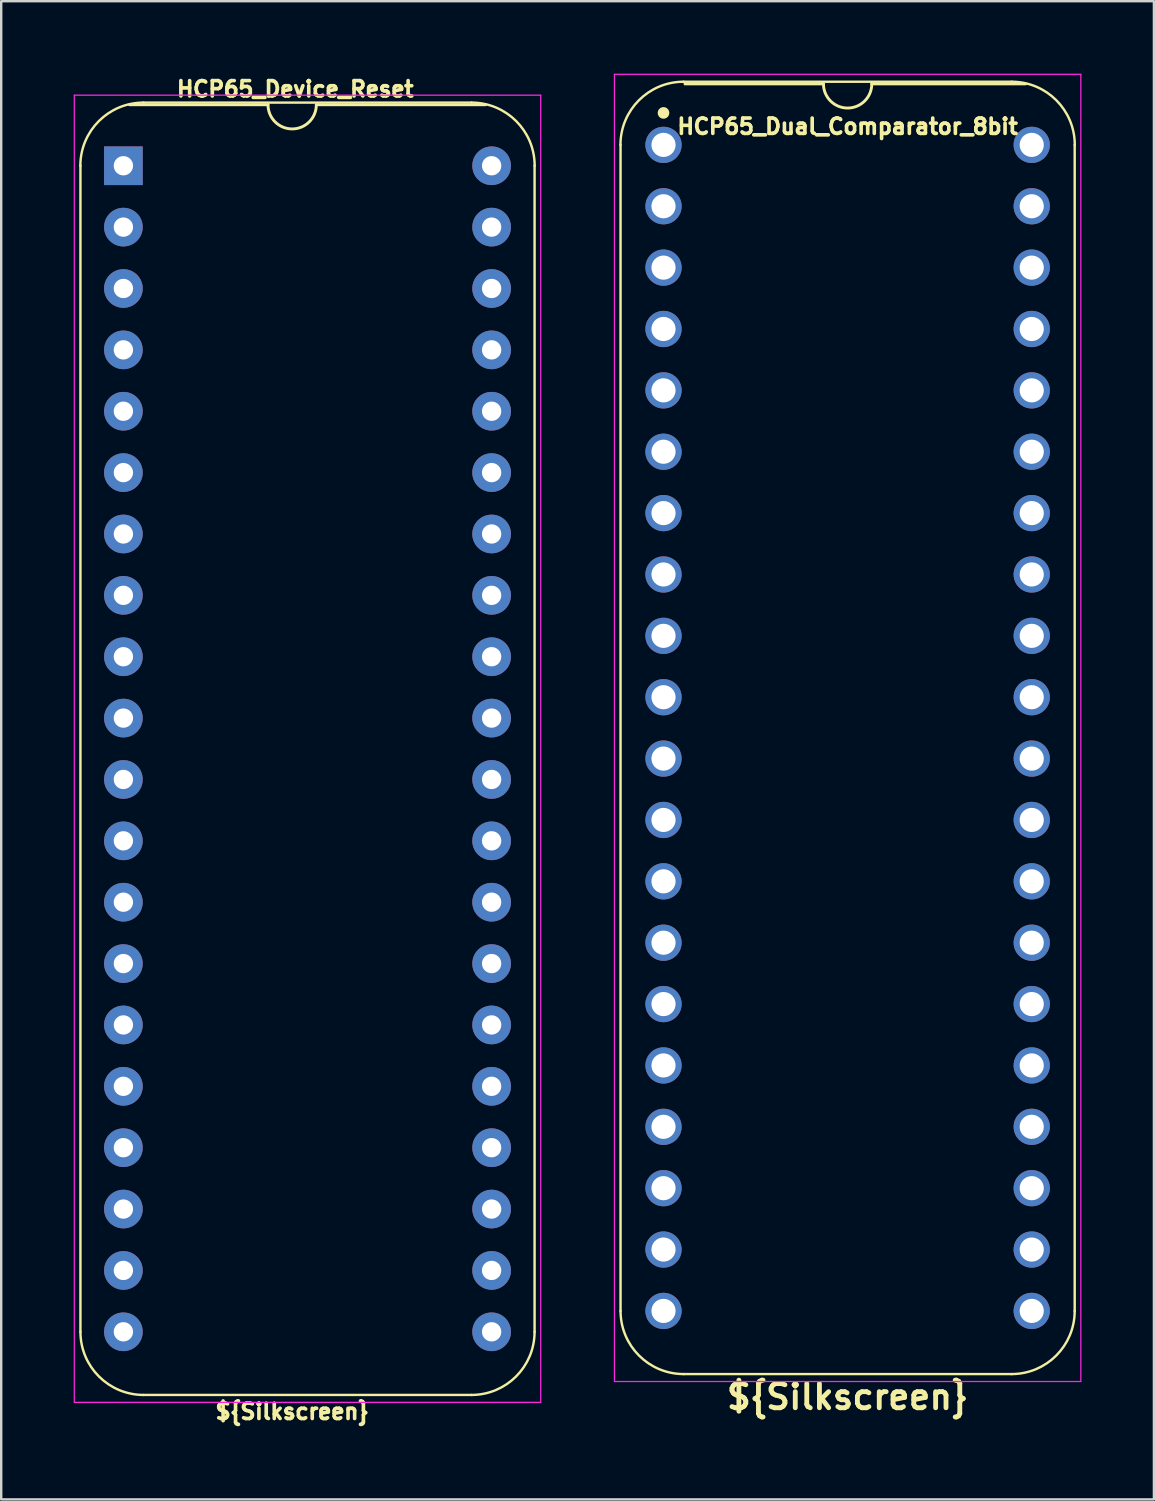
<source format=kicad_pcb>
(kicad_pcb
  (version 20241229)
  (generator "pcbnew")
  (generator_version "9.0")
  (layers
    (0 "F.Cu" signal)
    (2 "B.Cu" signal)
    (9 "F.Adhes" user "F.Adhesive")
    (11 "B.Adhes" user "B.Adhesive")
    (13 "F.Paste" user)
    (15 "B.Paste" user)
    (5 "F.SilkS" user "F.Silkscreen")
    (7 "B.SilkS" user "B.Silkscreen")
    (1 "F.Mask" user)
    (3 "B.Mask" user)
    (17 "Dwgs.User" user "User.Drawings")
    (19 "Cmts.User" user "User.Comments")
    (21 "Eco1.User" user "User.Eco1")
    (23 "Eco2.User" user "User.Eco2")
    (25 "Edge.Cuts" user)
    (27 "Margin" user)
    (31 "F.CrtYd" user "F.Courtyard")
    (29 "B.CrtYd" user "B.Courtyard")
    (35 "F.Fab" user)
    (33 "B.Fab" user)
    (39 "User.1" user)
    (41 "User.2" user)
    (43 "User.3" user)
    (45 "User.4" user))
  (footprint "HCP65_Dual_Comparator_8bit"
    (layer "F.Cu")
    (at 24.411 2.946)
    (property "Reference" "HCP65_Dual_Comparator_8bit" (at 7.62 -0.762 0) (layer "F.SilkS") (effects (font (size 0.635 0.635) (thickness 0.15))))
    (property "Silkscreen" "${Silkscreen}" (at 7.62 51.816 0) (layer "F.SilkS") (effects (font (size 1 1) (thickness 0.2))))
    (attr through_hole)
    (fp_line (start -1.778 48.26) (end -1.778 0) (stroke (width 0.1) (type solid)) (layer "F.SilkS"))
    (fp_line (start 0.832 -2.614) (end 14.408 -2.614) (stroke (width 0.1) (type solid)) (layer "F.SilkS"))
    (fp_line (start 6.62 -2.524) (end 0.889 -2.524) (stroke (width 0.12) (type solid)) (layer "F.SilkS"))
    (fp_line (start 14.404 50.874) (end 0.836 50.874) (stroke (width 0.1) (type solid)) (layer "F.SilkS"))
    (fp_line (start 14.986 -2.524) (end 8.62 -2.524) (stroke (width 0.12) (type solid)) (layer "F.SilkS"))
    (fp_line (start 17.018 48.26) (end 17.018 0) (stroke (width 0.1) (type solid)) (layer "F.SilkS"))
    (fp_arc (start -1.781544 0) (mid -1.016 -1.848188) (end 0.832188 -2.613732) (stroke (width 0.1) (type solid)) (layer "F.SilkS"))
    (fp_arc (start 0.835733 50.873733) (mid -1.012456 50.108189) (end -1.778 48.26) (stroke (width 0.1) (type solid)) (layer "F.SilkS"))
    (fp_arc (start 8.62 -2.524) (mid 7.62 -1.524) (end 6.62 -2.524) (stroke (width 0.12) (type solid)) (layer "F.SilkS"))
    (fp_arc (start 14.407812 -2.613732) (mid 16.256 -1.848188) (end 17.021544 0) (stroke (width 0.1) (type solid)) (layer "F.SilkS"))
    (fp_arc (start 17.018001 48.260001) (mid 16.252456 50.108188) (end 14.404269 50.873733) (stroke (width 0.1) (type solid)) (layer "F.SilkS"))
    (fp_circle (center 0 -1.323) (end 0.18 -1.323) (stroke (width 0.12) (type solid)) (fill yes) (layer "F.SilkS"))
    (fp_line (start -2.032 -2.921) (end -2.032 51.181) (stroke (width 0.05) (type solid)) (layer "F.CrtYd"))
    (fp_line (start -2.032 -2.921) (end 17.272 -2.921) (stroke (width 0.05) (type solid)) (layer "F.CrtYd"))
    (fp_line (start -2.032 51.181) (end 17.272 51.181) (stroke (width 0.05) (type solid)) (layer "F.CrtYd"))
    (fp_line (start 17.272 -2.921) (end 17.272 51.181) (stroke (width 0.05) (type solid)) (layer "F.CrtYd"))
    (pad "1" thru_hole circle (at 0 0) (size 1.5 1.5) (drill 1) (layers "*.Cu" "*.Mask"))
    (pad "2" thru_hole circle (at 0 2.54) (size 1.5 1.5) (drill 1) (layers "*.Cu" "*.Mask"))
    (pad "3" thru_hole circle (at 0 5.08) (size 1.5 1.5) (drill 1) (layers "*.Cu" "*.Mask"))
    (pad "4" thru_hole circle (at 0 7.62) (size 1.5 1.5) (drill 1) (layers "*.Cu" "*.Mask"))
    (pad "5" thru_hole circle (at 0 10.16) (size 1.5 1.5) (drill 1) (layers "*.Cu" "*.Mask"))
    (pad "6" thru_hole circle (at 0 12.7) (size 1.5 1.5) (drill 1) (layers "*.Cu" "*.Mask"))
    (pad "7" thru_hole circle (at 0 15.24) (size 1.5 1.5) (drill 1) (layers "*.Cu" "*.Mask"))
    (pad "8" thru_hole circle (at 0 17.78) (size 1.5 1.5) (drill 1) (layers "*.Cu" "*.Mask"))
    (pad "9" thru_hole circle (at 0 20.32) (size 1.5 1.5) (drill 1) (layers "*.Cu" "*.Mask"))
    (pad "10" thru_hole circle (at 0 22.86) (size 1.5 1.5) (drill 1) (layers "*.Cu" "*.Mask"))
    (pad "11" thru_hole circle (at 0 25.4) (size 1.5 1.5) (drill 1) (layers "*.Cu" "*.Mask"))
    (pad "12" thru_hole circle (at 0 27.94) (size 1.5 1.5) (drill 1) (layers "*.Cu" "*.Mask"))
    (pad "13" thru_hole circle (at 0 30.48) (size 1.5 1.5) (drill 1) (layers "*.Cu" "*.Mask"))
    (pad "14" thru_hole circle (at 0 33.02) (size 1.5 1.5) (drill 1) (layers "*.Cu" "*.Mask"))
    (pad "15" thru_hole circle (at 0 35.56) (size 1.5 1.5) (drill 1) (layers "*.Cu" "*.Mask"))
    (pad "16" thru_hole circle (at 0 38.1) (size 1.5 1.5) (drill 1) (layers "*.Cu" "*.Mask"))
    (pad "17" thru_hole circle (at 0 40.64) (size 1.5 1.5) (drill 1) (layers "*.Cu" "*.Mask"))
    (pad "18" thru_hole circle (at 0 43.18) (size 1.5 1.5) (drill 1) (layers "*.Cu" "*.Mask"))
    (pad "19" thru_hole circle (at 0 45.72) (size 1.5 1.5) (drill 1) (layers "*.Cu" "*.Mask"))
    (pad "20" thru_hole circle (at 0 48.26) (size 1.5 1.5) (drill 1) (layers "*.Cu" "*.Mask"))
    (pad "21" thru_hole circle (at 15.24 48.26) (size 1.5 1.5) (drill 1) (layers "*.Cu" "*.Mask"))
    (pad "22" thru_hole circle (at 15.24 45.72) (size 1.5 1.5) (drill 1) (layers "*.Cu" "*.Mask"))
    (pad "23" thru_hole circle (at 15.24 43.18) (size 1.5 1.5) (drill 1) (layers "*.Cu" "*.Mask"))
    (pad "24" thru_hole circle (at 15.24 40.64) (size 1.5 1.5) (drill 1) (layers "*.Cu" "*.Mask"))
    (pad "25" thru_hole circle (at 15.24 38.1) (size 1.5 1.5) (drill 1) (layers "*.Cu" "*.Mask"))
    (pad "26" thru_hole circle (at 15.24 35.56) (size 1.5 1.5) (drill 1) (layers "*.Cu" "*.Mask"))
    (pad "27" thru_hole circle (at 15.24 33.02) (size 1.5 1.5) (drill 1) (layers "*.Cu" "*.Mask"))
    (pad "28" thru_hole circle (at 15.24 30.48) (size 1.5 1.5) (drill 1) (layers "*.Cu" "*.Mask"))
    (pad "29" thru_hole circle (at 15.24 27.94) (size 1.5 1.5) (drill 1) (layers "*.Cu" "*.Mask"))
    (pad "30" thru_hole circle (at 15.24 25.4) (size 1.5 1.5) (drill 1) (layers "*.Cu" "*.Mask"))
    (pad "31" thru_hole circle (at 15.24 22.86) (size 1.5 1.5) (drill 1) (layers "*.Cu" "*.Mask"))
    (pad "32" thru_hole circle (at 15.24 20.32) (size 1.5 1.5) (drill 1) (layers "*.Cu" "*.Mask"))
    (pad "33" thru_hole circle (at 15.24 17.78) (size 1.5 1.5) (drill 1) (layers "*.Cu" "*.Mask"))
    (pad "34" thru_hole circle (at 15.24 15.24) (size 1.5 1.5) (drill 1) (layers "*.Cu" "*.Mask"))
    (pad "35" thru_hole circle (at 15.24 12.7) (size 1.5 1.5) (drill 1) (layers "*.Cu" "*.Mask"))
    (pad "36" thru_hole circle (at 15.24 10.16) (size 1.5 1.5) (drill 1) (layers "*.Cu" "*.Mask"))
    (pad "37" thru_hole circle (at 15.24 7.62) (size 1.5 1.5) (drill 1) (layers "*.Cu" "*.Mask"))
    (pad "38" thru_hole circle (at 15.24 5.08) (size 1.5 1.5) (drill 1) (layers "*.Cu" "*.Mask"))
    (pad "39" thru_hole circle (at 15.24 2.54) (size 1.5 1.5) (drill 1) (layers "*.Cu" "*.Mask"))
    (pad "40" thru_hole circle (at 15.24 0) (size 1.5 1.5) (drill 1) (layers "*.Cu" "*.Mask")))
  (footprint "HCP65_Device_Reset"
    (layer "F.Cu")
    (at 2.057 3.81)
    (property "Reference" "HCP65_Device_Reset" (at 7.112 -3.175 0) (layer "F.SilkS") (effects (font (size 0.635 0.635) (thickness 0.15))))
    (attr through_hole)
    (fp_line (start -1.778 48.26) (end -1.778 0) (stroke (width 0.1) (type solid)) (layer "F.SilkS"))
    (fp_line (start 0.832 -2.614) (end 14.408 -2.614) (stroke (width 0.1) (type solid)) (layer "F.SilkS"))
    (fp_line (start 5.985 -2.524) (end 0.254 -2.524) (stroke (width 0.12) (type solid)) (layer "F.SilkS"))
    (fp_line (start 14.404 50.874) (end 0.836 50.874) (stroke (width 0.1) (type solid)) (layer "F.SilkS"))
    (fp_line (start 14.986 -2.524) (end 7.985 -2.524) (stroke (width 0.12) (type solid)) (layer "F.SilkS"))
    (fp_line (start 17.018 48.26) (end 17.018 0) (stroke (width 0.1) (type solid)) (layer "F.SilkS"))
    (fp_arc (start -1.781544 0) (mid -1.016 -1.848188) (end 0.832188 -2.613732) (stroke (width 0.1) (type solid)) (layer "F.SilkS"))
    (fp_arc (start 0.835733 50.873733) (mid -1.012456 50.108189) (end -1.778 48.26) (stroke (width 0.1) (type solid)) (layer "F.SilkS"))
    (fp_arc (start 7.985 -2.524) (mid 6.985 -1.524) (end 5.985 -2.524) (stroke (width 0.12) (type solid)) (layer "F.SilkS"))
    (fp_arc (start 14.407812 -2.613732) (mid 16.256 -1.848188) (end 17.021544 0) (stroke (width 0.1) (type solid)) (layer "F.SilkS"))
    (fp_arc (start 17.018001 48.260001) (mid 16.252456 50.108188) (end 14.404269 50.873733) (stroke (width 0.1) (type solid)) (layer "F.SilkS"))
    (fp_line (start -2.032 -2.921) (end -2.032 51.181) (stroke (width 0.05) (type solid)) (layer "F.CrtYd"))
    (fp_line (start -2.032 -2.921) (end 17.272 -2.921) (stroke (width 0.05) (type solid)) (layer "F.CrtYd"))
    (fp_line (start -2.032 51.181) (end 17.272 51.181) (stroke (width 0.05) (type solid)) (layer "F.CrtYd"))
    (fp_line (start 17.272 -2.921) (end 17.272 51.181) (stroke (width 0.05) (type solid)) (layer "F.CrtYd"))
    (fp_text user "${Silkscreen}" (at 6.985 51.562 0) (layer "F.SilkS") (effects (font (size 0.635 0.635) (thickness 0.15))))
    (pad "1" thru_hole rect (at 0 0) (size 1.6 1.6) (drill 0.8) (layers "*.Cu" "*.Mask"))
    (pad "2" thru_hole oval (at 0 2.54) (size 1.6 1.6) (drill 0.8) (layers "*.Cu" "*.Mask"))
    (pad "3" thru_hole oval (at 0 5.08) (size 1.6 1.6) (drill 0.8) (layers "*.Cu" "*.Mask"))
    (pad "4" thru_hole oval (at 0 7.62) (size 1.6 1.6) (drill 0.8) (layers "*.Cu" "*.Mask"))
    (pad "5" thru_hole oval (at 0 10.16) (size 1.6 1.6) (drill 0.8) (layers "*.Cu" "*.Mask"))
    (pad "6" thru_hole oval (at 0 12.7) (size 1.6 1.6) (drill 0.8) (layers "*.Cu" "*.Mask"))
    (pad "7" thru_hole oval (at 0 15.24) (size 1.6 1.6) (drill 0.8) (layers "*.Cu" "*.Mask"))
    (pad "8" thru_hole oval (at 0 17.78) (size 1.6 1.6) (drill 0.8) (layers "*.Cu" "*.Mask"))
    (pad "9" thru_hole oval (at 0 20.32) (size 1.6 1.6) (drill 0.8) (layers "*.Cu" "*.Mask"))
    (pad "10" thru_hole oval (at 0 22.86) (size 1.6 1.6) (drill 0.8) (layers "*.Cu" "*.Mask"))
    (pad "11" thru_hole oval (at 0 25.4) (size 1.6 1.6) (drill 0.8) (layers "*.Cu" "*.Mask"))
    (pad "12" thru_hole oval (at 0 27.94) (size 1.6 1.6) (drill 0.8) (layers "*.Cu" "*.Mask"))
    (pad "13" thru_hole oval (at 0 30.48) (size 1.6 1.6) (drill 0.8) (layers "*.Cu" "*.Mask"))
    (pad "14" thru_hole oval (at 0 33.02) (size 1.6 1.6) (drill 0.8) (layers "*.Cu" "*.Mask"))
    (pad "15" thru_hole oval (at 0 35.56) (size 1.6 1.6) (drill 0.8) (layers "*.Cu" "*.Mask"))
    (pad "16" thru_hole oval (at 0 38.1) (size 1.6 1.6) (drill 0.8) (layers "*.Cu" "*.Mask"))
    (pad "17" thru_hole oval (at 0 40.64) (size 1.6 1.6) (drill 0.8) (layers "*.Cu" "*.Mask"))
    (pad "18" thru_hole oval (at 0 43.18) (size 1.6 1.6) (drill 0.8) (layers "*.Cu" "*.Mask"))
    (pad "19" thru_hole oval (at 0 45.72) (size 1.6 1.6) (drill 0.8) (layers "*.Cu" "*.Mask"))
    (pad "20" thru_hole oval (at 0 48.26) (size 1.6 1.6) (drill 0.8) (layers "*.Cu" "*.Mask"))
    (pad "21" thru_hole oval (at 15.24 48.26) (size 1.6 1.6) (drill 0.8) (layers "*.Cu" "*.Mask"))
    (pad "22" thru_hole oval (at 15.24 45.72) (size 1.6 1.6) (drill 0.8) (layers "*.Cu" "*.Mask"))
    (pad "23" thru_hole oval (at 15.24 43.18) (size 1.6 1.6) (drill 0.8) (layers "*.Cu" "*.Mask"))
    (pad "24" thru_hole oval (at 15.24 40.64) (size 1.6 1.6) (drill 0.8) (layers "*.Cu" "*.Mask"))
    (pad "25" thru_hole oval (at 15.24 38.1) (size 1.6 1.6) (drill 0.8) (layers "*.Cu" "*.Mask"))
    (pad "26" thru_hole oval (at 15.24 35.56) (size 1.6 1.6) (drill 0.8) (layers "*.Cu" "*.Mask"))
    (pad "27" thru_hole oval (at 15.24 33.02) (size 1.6 1.6) (drill 0.8) (layers "*.Cu" "*.Mask"))
    (pad "28" thru_hole oval (at 15.24 30.48) (size 1.6 1.6) (drill 0.8) (layers "*.Cu" "*.Mask"))
    (pad "29" thru_hole oval (at 15.24 27.94) (size 1.6 1.6) (drill 0.8) (layers "*.Cu" "*.Mask"))
    (pad "30" thru_hole oval (at 15.24 25.4) (size 1.6 1.6) (drill 0.8) (layers "*.Cu" "*.Mask"))
    (pad "31" thru_hole oval (at 15.24 22.86) (size 1.6 1.6) (drill 0.8) (layers "*.Cu" "*.Mask"))
    (pad "32" thru_hole oval (at 15.24 20.32) (size 1.6 1.6) (drill 0.8) (layers "*.Cu" "*.Mask"))
    (pad "33" thru_hole oval (at 15.24 17.78) (size 1.6 1.6) (drill 0.8) (layers "*.Cu" "*.Mask"))
    (pad "34" thru_hole oval (at 15.24 15.24) (size 1.6 1.6) (drill 0.8) (layers "*.Cu" "*.Mask"))
    (pad "35" thru_hole oval (at 15.24 12.7) (size 1.6 1.6) (drill 0.8) (layers "*.Cu" "*.Mask"))
    (pad "36" thru_hole oval (at 15.24 10.16) (size 1.6 1.6) (drill 0.8) (layers "*.Cu" "*.Mask"))
    (pad "37" thru_hole oval (at 15.24 7.62) (size 1.6 1.6) (drill 0.8) (layers "*.Cu" "*.Mask"))
    (pad "38" thru_hole oval (at 15.24 5.08) (size 1.6 1.6) (drill 0.8) (layers "*.Cu" "*.Mask"))
    (pad "39" thru_hole oval (at 15.24 2.54) (size 1.6 1.6) (drill 0.8) (layers "*.Cu" "*.Mask"))
    (pad "40" thru_hole oval (at 15.24 0) (size 1.6 1.6) (drill 0.8) (layers "*.Cu" "*.Mask")))
  (gr_rect
    (start -3 -3)
    (end 44.708 59.006)
    (stroke (width 0.1) (type default))
    (fill no)
    (layer "Edge.Cuts")))
</source>
